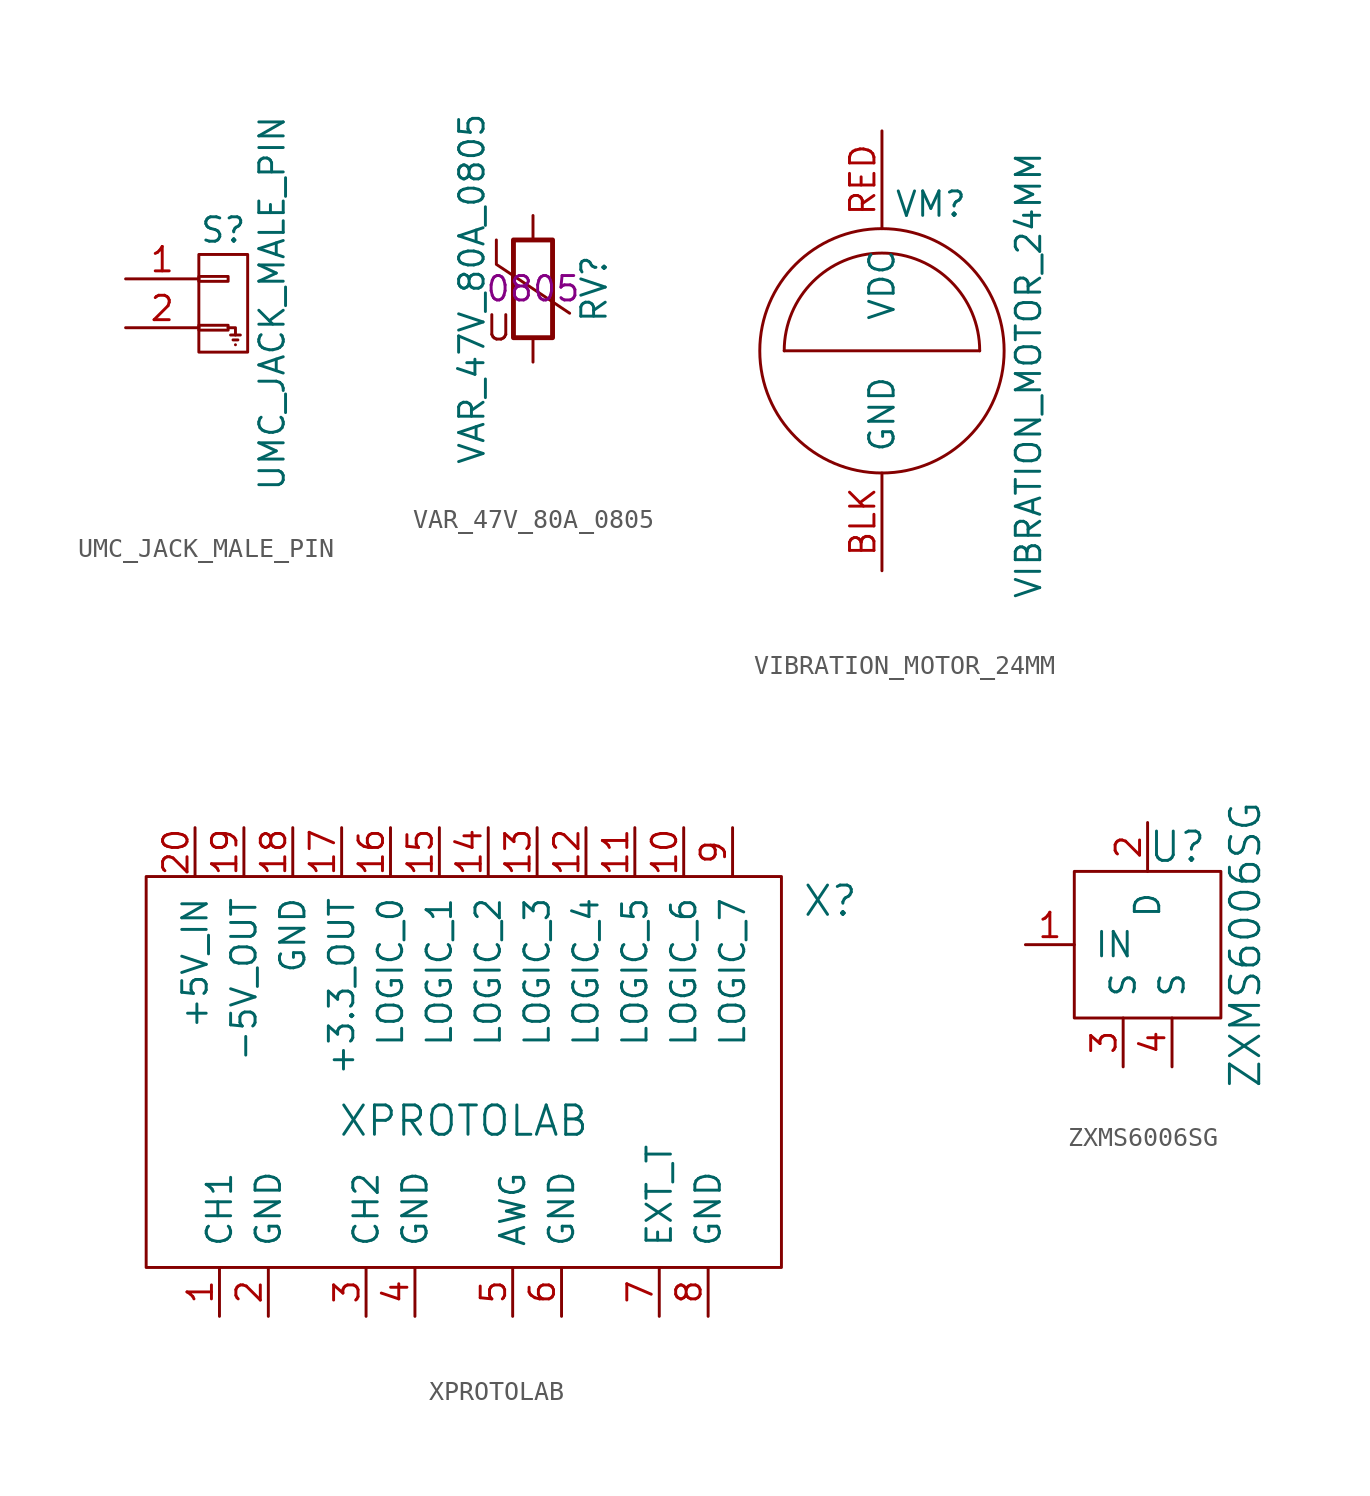
<source format=kicad_sym>
(kicad_symbol_lib
  (version 20211014)
  (generator kicad_symbol_editor)
  (symbol "UMC_JACK_MALE_PIN"
    (pin_names
      (offset 1.016) hide)
    (property "Reference" "S"
      (at 0 3.81 0)
      (effects (font (size 1.27 1.27))))
    (property "Value" "UMC_JACK_MALE_PIN"
      (at 2.54 0 90)
      (effects (font (size 1.27 1.27))))
    (property "Datasheet" ""
      (at 0 0 0)
      (effects (font (size 1.524 1.524))))
    (symbol "UMC_JACK_MALE_PIN_0_1"
      (rectangle (start -1.27 -1.143) (end 0.254 -1.397) (stroke (width 0) (type default) (color 0 0 0 0)) (fill (type none)))
      (rectangle (start -1.27 1.397) (end 0.254 1.143) (stroke (width 0) (type default) (color 0 0 0 0)) (fill (type none)))
      (rectangle (start -1.27 2.54) (end 1.27 -2.54) (stroke (width 0) (type default) (color 0 0 0 0)) (fill (type none)))
      (polyline (pts (xy 0.508 -1.905) (xy 0.762 -1.905)) (stroke (width 0) (type default) (color 0 0 0 0)) (fill (type none)))
      (polyline (pts (xy 0.635 -2.159) (xy 0.635 -2.159)) (stroke (width 0) (type default) (color 0 0 0 0)) (fill (type none)))
      (polyline (pts (xy 0.635 -1.651) (xy 0.889 -1.651)) (stroke (width 0) (type default) (color 0 0 0 0)) (fill (type none)))
      (polyline (pts (xy 0.254 -1.27) (xy 0.635 -1.27) (xy 0.635 -1.651) (xy 0.381 -1.651)) (stroke (width 0) (type default) (color 0 0 0 0)) (fill (type none))))
    (symbol "UMC_JACK_MALE_PIN_1_1"
      (pin passive line (at -5.08 1.27 0) (length 3.81) (name "P1" (effects (font (size 1.27 1.27)))) (number "1" (effects (font (size 1.27 1.27)))))
      (pin passive line (at -5.08 -1.27 0) (length 3.81) (name "P2" (effects (font (size 1.27 1.27)))) (number "2" (effects (font (size 1.27 1.27)))))))
  (symbol "VAR_47V_80A_0805"
    (pin_numbers hide)
    (pin_names
      (offset 0))
    (property "Reference" "RV"
      (at 3.175 0 90)
      (effects (font (size 1.27 1.27))))
    (property "Value" "VAR_47V_80A_0805"
      (at -3.175 0 90)
      (effects (font (size 1.27 1.27))))
    (property "Package" "0805"
      (at 0 0 0)
      (effects (font (size 1.27 1.27))))
    (symbol "VAR_47V_80A_0805_0_0"
      (text "U" (at -1.778 -2.032 0) (effects (font (size 1.27 1.27)))))
    (symbol "VAR_47V_80A_0805_0_1"
      (rectangle (start -1.016 -2.54) (end 1.016 2.54) (stroke (width 0.254) (type default) (color 0 0 0 0)) (fill (type none)))
      (polyline (pts (xy -1.905 2.54) (xy -1.905 1.27) (xy 1.905 -1.27)) (stroke (width 0) (type default) (color 0 0 0 0)) (fill (type none))))
    (symbol "VAR_47V_80A_0805_1_1"
      (pin passive line (at 0 3.81 270) (length 1.27) (name "~" (effects (font (size 1.27 1.27)))) (number "1" (effects (font (size 1.27 1.27)))))
      (pin passive line (at 0 -3.81 90) (length 1.27) (name "~" (effects (font (size 1.27 1.27)))) (number "2" (effects (font (size 1.27 1.27)))))))
  (symbol "VIBRATION_MOTOR_24MM"
    (pin_names
      (offset 1.016))
    (property "Reference" "VM"
      (at 2.54 7.62 0)
      (effects (font (size 1.27 1.27))))
    (property "Value" "VIBRATION_MOTOR_24MM"
      (at 7.62 -1.27 90)
      (effects (font (size 1.27 1.27))))
    (symbol "VIBRATION_MOTOR_24MM_0_1"
      (polyline (pts (xy -5.08 0) (xy 5.08 0)) (stroke (width 0) (type default) (color 0 0 0 0)) (fill (type none)))
      (circle (center 0 0) (radius 6.35) (stroke (width 0) (type default) (color 0 0 0 0)) (fill (type none)))
      (arc (start 5.08 0) (mid 0 5.08) (end -5.08 0) (stroke (width 0) (type default) (color 0 0 0 0)) (fill (type none))))
    (symbol "VIBRATION_MOTOR_24MM_1_1"
      (pin passive line (at 0 -11.43 90) (length 5.08) (name "GND" (effects (font (size 1.27 1.27)))) (number "BLK" (effects (font (size 1.27 1.27)))))
      (pin passive line (at 0 11.43 270) (length 5.08) (name "VDC" (effects (font (size 1.27 1.27)))) (number "RED" (effects (font (size 1.27 1.27)))))))
  (symbol "XPROTOLAB"
    (pin_names
      (offset 1.016))
    (property "Reference" "X"
      (at 19.05 8.89 0)
      (effects (font (size 1.524 1.524))))
    (property "Value" "XPROTOLAB"
      (at 0 -2.54 0)
      (effects (font (size 1.524 1.524))))
    (property "Footprint" ""
      (at 0 0 0)
      (effects (font (size 1.524 1.524))))
    (property "Datasheet" ""
      (at 0 0 0)
      (effects (font (size 1.524 1.524))))
    (symbol "XPROTOLAB_0_1"
      (rectangle (start -16.51 10.16) (end 16.51 -10.16) (stroke (width 0) (type default) (color 0 0 0 0)) (fill (type none))))
    (symbol "XPROTOLAB_1_1"
      (pin input line (at -12.7 -12.7 90) (length 2.54) (name "CH1" (effects (font (size 1.27 1.27)))) (number "1" (effects (font (size 1.27 1.27)))))
      (pin bidirectional line (at 11.43 12.7 270) (length 2.54) (name "LOGIC_6" (effects (font (size 1.27 1.27)))) (number "10" (effects (font (size 1.27 1.27)))))
      (pin bidirectional line (at 8.89 12.7 270) (length 2.54) (name "LOGIC_5" (effects (font (size 1.27 1.27)))) (number "11" (effects (font (size 1.27 1.27)))))
      (pin bidirectional line (at 6.35 12.7 270) (length 2.54) (name "LOGIC_4" (effects (font (size 1.27 1.27)))) (number "12" (effects (font (size 1.27 1.27)))))
      (pin bidirectional line (at 3.81 12.7 270) (length 2.54) (name "LOGIC_3" (effects (font (size 1.27 1.27)))) (number "13" (effects (font (size 1.27 1.27)))))
      (pin bidirectional line (at 1.27 12.7 270) (length 2.54) (name "LOGIC_2" (effects (font (size 1.27 1.27)))) (number "14" (effects (font (size 1.27 1.27)))))
      (pin bidirectional line (at -1.27 12.7 270) (length 2.54) (name "LOGIC_1" (effects (font (size 1.27 1.27)))) (number "15" (effects (font (size 1.27 1.27)))))
      (pin bidirectional line (at -3.81 12.7 270) (length 2.54) (name "LOGIC_0" (effects (font (size 1.27 1.27)))) (number "16" (effects (font (size 1.27 1.27)))))
      (pin power_out line (at -6.35 12.7 270) (length 2.54) (name "+3.3_OUT" (effects (font (size 1.27 1.27)))) (number "17" (effects (font (size 1.27 1.27)))))
      (pin passive line (at -8.89 12.7 270) (length 2.54) (name "GND" (effects (font (size 1.27 1.27)))) (number "18" (effects (font (size 1.27 1.27)))))
      (pin power_out line (at -11.43 12.7 270) (length 2.54) (name "-5V_OUT" (effects (font (size 1.27 1.27)))) (number "19" (effects (font (size 1.27 1.27)))))
      (pin passive line (at -10.16 -12.7 90) (length 2.54) (name "GND" (effects (font (size 1.27 1.27)))) (number "2" (effects (font (size 1.27 1.27)))))
      (pin power_in line (at -13.97 12.7 270) (length 2.54) (name "+5V_IN" (effects (font (size 1.27 1.27)))) (number "20" (effects (font (size 1.27 1.27)))))
      (pin input line (at -5.08 -12.7 90) (length 2.54) (name "CH2" (effects (font (size 1.27 1.27)))) (number "3" (effects (font (size 1.27 1.27)))))
      (pin passive line (at -2.54 -12.7 90) (length 2.54) (name "GND" (effects (font (size 1.27 1.27)))) (number "4" (effects (font (size 1.27 1.27)))))
      (pin output line (at 2.54 -12.7 90) (length 2.54) (name "AWG" (effects (font (size 1.27 1.27)))) (number "5" (effects (font (size 1.27 1.27)))))
      (pin passive line (at 5.08 -12.7 90) (length 2.54) (name "GND" (effects (font (size 1.27 1.27)))) (number "6" (effects (font (size 1.27 1.27)))))
      (pin input line (at 10.16 -12.7 90) (length 2.54) (name "EXT_T" (effects (font (size 1.27 1.27)))) (number "7" (effects (font (size 1.27 1.27)))))
      (pin passive line (at 12.7 -12.7 90) (length 2.54) (name "GND" (effects (font (size 1.27 1.27)))) (number "8" (effects (font (size 1.27 1.27)))))
      (pin bidirectional line (at 13.97 12.7 270) (length 2.54) (name "LOGIC_7" (effects (font (size 1.27 1.27)))) (number "9" (effects (font (size 1.27 1.27)))))))
  (symbol "ZXMS6006SG"
    (pin_names
      (offset 1.016))
    (property "Reference" "U"
      (at 0 5.08 0)
      (effects (font (size 1.524 1.524)) (justify left)))
    (property "Value" "ZXMS6006SG"
      (at 5.08 0 90)
      (effects (font (size 1.524 1.524))))
    (property "Datasheet" ""
      (at 0 0 0)
      (effects (font (size 1.524 1.524))))
    (symbol "ZXMS6006SG_0_1"
      (rectangle (start -3.81 3.81) (end 3.81 -3.81) (stroke (width 0) (type default) (color 0 0 0 0)) (fill (type none))))
    (symbol "ZXMS6006SG_1_1"
      (pin input line (at -6.35 0 0) (length 2.54) (name "IN" (effects (font (size 1.27 1.27)))) (number "1" (effects (font (size 1.27 1.27)))))
      (pin passive line (at 0 6.35 270) (length 2.54) (name "D" (effects (font (size 1.27 1.27)))) (number "2" (effects (font (size 1.27 1.27)))))
      (pin passive line (at -1.27 -6.35 90) (length 2.54) (name "S" (effects (font (size 1.27 1.27)))) (number "3" (effects (font (size 1.27 1.27)))))
      (pin passive line (at 1.27 -6.35 90) (length 2.54) (name "S" (effects (font (size 1.27 1.27)))) (number "4" (effects (font (size 1.27 1.27))))))))
</source>
